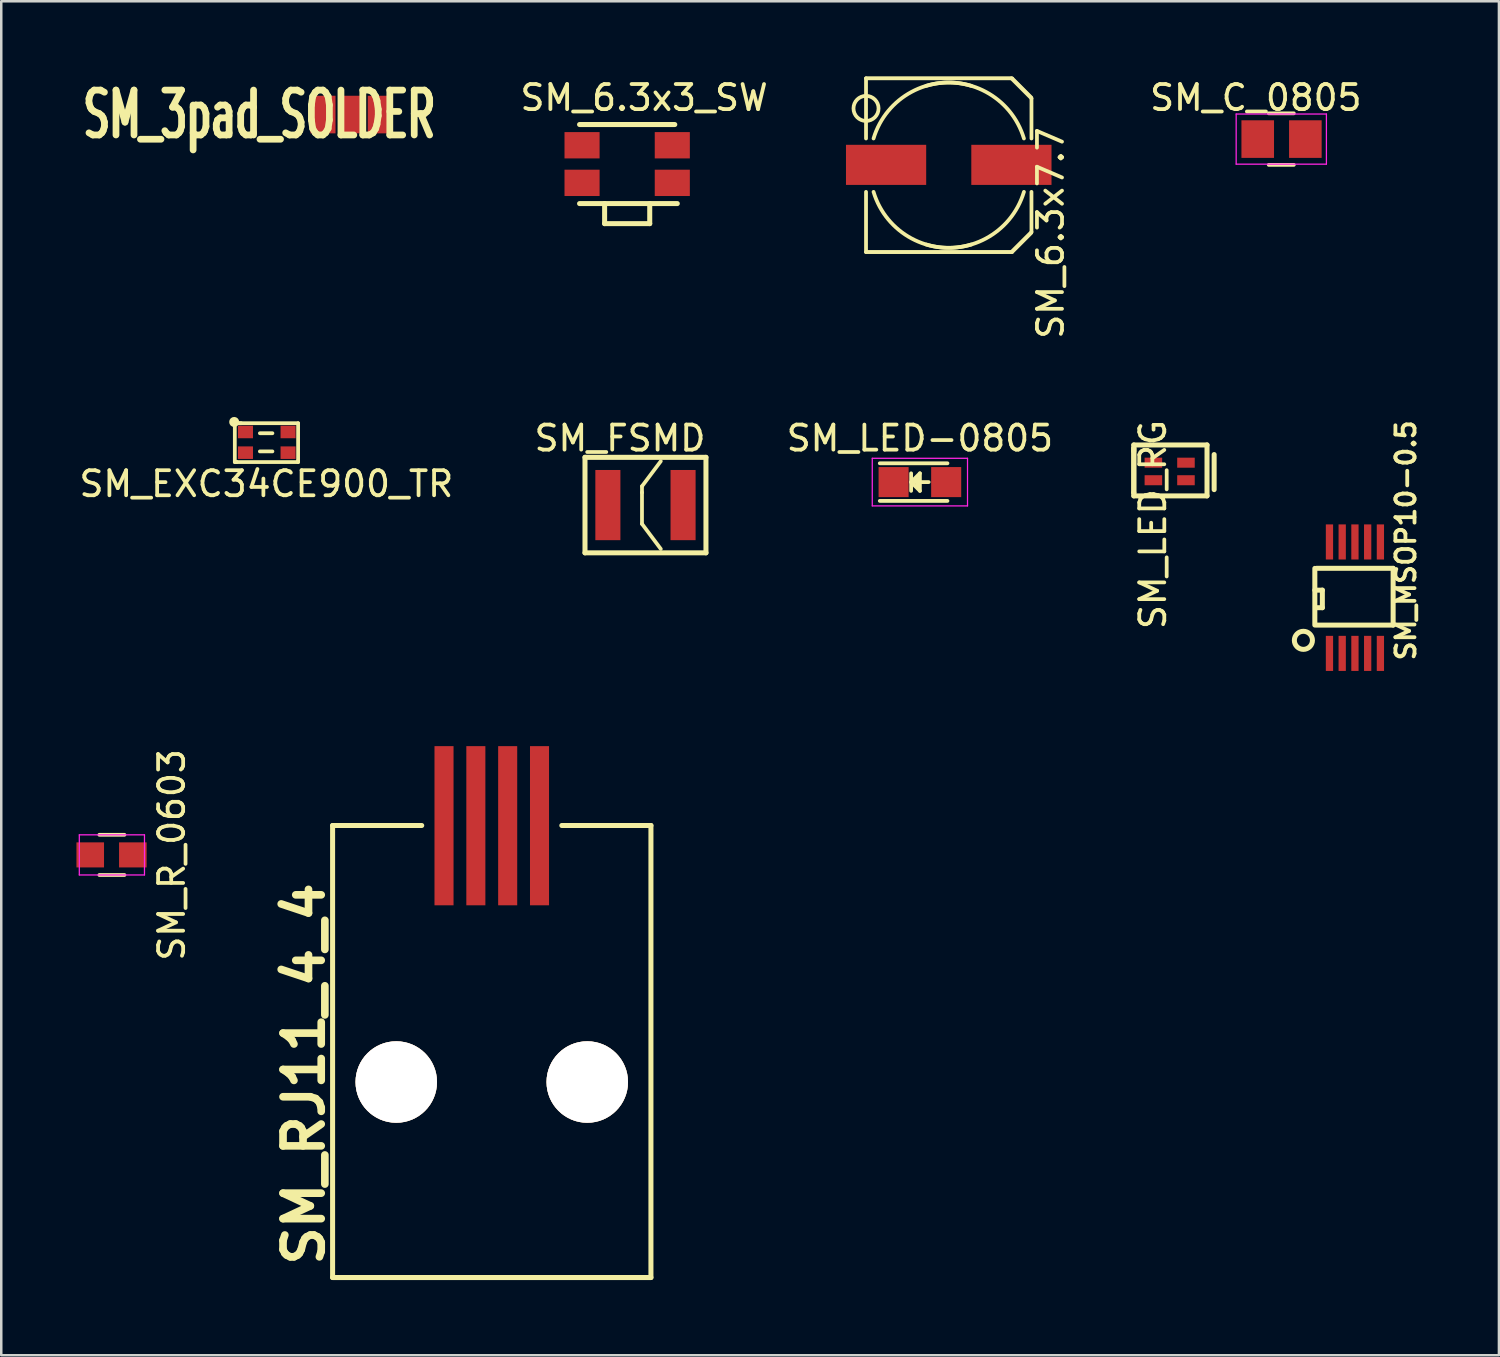
<source format=kicad_pcb>
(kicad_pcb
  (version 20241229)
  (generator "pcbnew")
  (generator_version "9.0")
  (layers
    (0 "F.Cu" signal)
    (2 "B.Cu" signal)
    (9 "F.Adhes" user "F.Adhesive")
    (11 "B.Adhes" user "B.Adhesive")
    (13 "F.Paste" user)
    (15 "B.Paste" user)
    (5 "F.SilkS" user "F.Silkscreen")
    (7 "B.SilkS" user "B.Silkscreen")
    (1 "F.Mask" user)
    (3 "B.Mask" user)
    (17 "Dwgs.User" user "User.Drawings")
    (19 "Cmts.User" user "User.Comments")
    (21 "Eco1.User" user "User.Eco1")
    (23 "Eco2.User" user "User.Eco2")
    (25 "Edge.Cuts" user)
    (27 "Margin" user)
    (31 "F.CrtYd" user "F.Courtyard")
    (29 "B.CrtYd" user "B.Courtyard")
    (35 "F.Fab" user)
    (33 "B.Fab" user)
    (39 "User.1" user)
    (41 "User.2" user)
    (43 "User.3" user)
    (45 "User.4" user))
  (footprint "SM_RJ11_4_4"
    (layer "F.Cu")
    (at 14.664 29.892)
    (property "Reference" "SM_RJ11_4_4" (at -5.588 9.906 90) (layer "F.SilkS") (effects (font (size 1.524 1.524) (thickness 0.305))))
    (attr through_hole)
    (fp_line (start -4.445 -0.009) (end -0.889 -0.009) (stroke (width 0.2) (type solid)) (layer "F.SilkS"))
    (fp_line (start -4.445 18.025) (end -4.445 -0.009) (stroke (width 0.2) (type solid)) (layer "F.SilkS"))
    (fp_line (start 4.699 -0.009) (end 8.255 -0.009) (stroke (width 0.2) (type solid)) (layer "F.SilkS"))
    (fp_line (start 8.255 -0.009) (end 8.255 18.025) (stroke (width 0.2) (type solid)) (layer "F.SilkS"))
    (fp_line (start 8.255 18.025) (end -4.445 18.025) (stroke (width 0.2) (type solid)) (layer "F.SilkS"))
    (pad "" np_thru_hole circle (at -1.905 10.225) (size 3.25 3.25) (drill 3.25) (layers "*.Cu" "*.SilkS" "*.Mask"))
    (pad "" np_thru_hole circle (at 5.715 10.225) (size 3.25 3.25) (drill 3.25) (layers "*.Cu" "*.SilkS" "*.Mask"))
    (pad "1" smd rect (at 0 0) (size 0.76 6.35) (layers "F.Cu" "F.Mask" "F.Paste"))
    (pad "2" smd rect (at 1.27 0) (size 0.76 6.35) (layers "F.Cu" "F.Mask" "F.Paste"))
    (pad "3" smd rect (at 2.54 0) (size 0.76 6.35) (layers "F.Cu" "F.Mask" "F.Paste"))
    (pad "4" smd rect (at 3.81 0) (size 0.76 6.35) (layers "F.Cu" "F.Mask" "F.Paste")))
  (footprint "SM_LED_RG"
    (layer "F.Cu")
    (at 42.564 15.209)
    (property "Reference" "SM_LED_RG" (at 0.381 2.667 90) (layer "F.SilkS") (effects (font (size 1 1) (thickness 0.15))))
    (attr smd)
    (fp_line (start -0.381 -0.381) (end -0.381 1.397) (stroke (width 0.2) (type solid)) (layer "F.SilkS"))
    (fp_line (start -0.381 -0.254) (end -0.381 -0.508) (stroke (width 0.2) (type solid)) (layer "F.SilkS"))
    (fp_line (start -0.381 1.397) (end -0.381 -0.381) (stroke (width 0.2) (type solid)) (layer "F.SilkS"))
    (fp_line (start -0.381 1.524) (end -0.381 1.397) (stroke (width 0.2) (type solid)) (layer "F.SilkS"))
    (fp_line (start 2.54 -0.508) (end -0.381 -0.508) (stroke (width 0.2) (type solid)) (layer "F.SilkS"))
    (fp_line (start 2.54 -0.508) (end 2.54 1.524) (stroke (width 0.2) (type solid)) (layer "F.SilkS"))
    (fp_line (start 2.54 1.524) (end -0.381 1.524) (stroke (width 0.2) (type solid)) (layer "F.SilkS"))
    (fp_line (start 2.824 1.275) (end 2.824 -0.125) (stroke (width 0.2) (type solid)) (layer "F.SilkS"))
    (pad "1" smd rect (at 0.4 0.2) (size 0.7 0.4) (layers "F.Cu" "F.Mask" "F.Paste"))
    (pad "2" smd rect (at 0.4 0.9) (size 0.7 0.4) (layers "F.Cu" "F.Mask" "F.Paste"))
    (pad "3" smd rect (at 1.7 0.2) (size 0.7 0.4) (layers "F.Cu" "F.Mask" "F.Paste"))
    (pad "4" smd rect (at 1.7 0.9) (size 0.7 0.4) (layers "F.Cu" "F.Mask" "F.Paste")))
  (footprint "SM_6.3x7.7"
    (layer "F.Cu")
    (at 34.8 3.527)
    (property "Reference" "SM_6.3x7.7" (at 4.064 2.718 90) (layer "F.SilkS") (effects (font (size 1 1) (thickness 0.15))))
    (attr through_hole)
    (fp_line (start -3.302 3.48) (end 2.54 3.48) (stroke (width 0.127) (type solid)) (layer "F.SilkS"))
    (fp_line (start -3.3 -3.452) (end 2.5 -3.452) (stroke (width 0.15) (type solid)) (layer "F.SilkS"))
    (fp_line (start -3.3 -1.052) (end -3.3 -3.452) (stroke (width 0.15) (type solid)) (layer "F.SilkS"))
    (fp_line (start -3.3 3.478) (end -3.3 1.078) (stroke (width 0.15) (type solid)) (layer "F.SilkS"))
    (fp_line (start 2.5 -3.452) (end 3.3 -2.652) (stroke (width 0.15) (type solid)) (layer "F.SilkS"))
    (fp_line (start 2.5 3.478) (end -3.3 3.478) (stroke (width 0.15) (type solid)) (layer "F.SilkS"))
    (fp_line (start 2.54 -3.454) (end -3.302 -3.454) (stroke (width 0.127) (type solid)) (layer "F.SilkS"))
    (fp_line (start 2.54 3.48) (end 3.302 2.718) (stroke (width 0.127) (type solid)) (layer "F.SilkS"))
    (fp_line (start 3.3 -2.652) (end 3.3 -1.052) (stroke (width 0.15) (type solid)) (layer "F.SilkS"))
    (fp_line (start 3.3 1.078) (end 3.3 2.678) (stroke (width 0.15) (type solid)) (layer "F.SilkS"))
    (fp_line (start 3.3 2.678) (end 2.5 3.478) (stroke (width 0.15) (type solid)) (layer "F.SilkS"))
    (fp_line (start 3.302 -2.692) (end 2.54 -3.454) (stroke (width 0.127) (type solid)) (layer "F.SilkS"))
    (fp_arc (start -3 -1.0524) (mid -1.484924 -2.910116) (end 0.9 -3.1524) (stroke (width 0.15) (type solid)) (layer "F.SilkS"))
    (fp_arc (start -0.9 -3.1524) (mid 1.484924 -2.910116) (end 3 -1.0524) (stroke (width 0.15) (type solid)) (layer "F.SilkS"))
    (fp_arc (start 0.9 3.1778) (mid -1.484924 2.935516) (end -3 1.0778) (stroke (width 0.15) (type solid)) (layer "F.SilkS"))
    (fp_arc (start 3 1.0778) (mid 1.484924 2.935516) (end -0.9 3.1778) (stroke (width 0.15) (type solid)) (layer "F.SilkS"))
    (fp_circle (center -3.3 -2.252) (end -2.9 -1.952) (stroke (width 0.15) (type solid)) (fill no) (layer "F.SilkS"))
    (pad "1" smd rect (at 2.5 0) (size 3.2 1.6) (layers "F.Cu" "F.Mask" "F.Paste"))
    (pad "2" smd rect (at -2.5 0) (size 3.2 1.6) (layers "F.Cu" "F.Mask" "F.Paste")))
  (footprint "SM_3pad_SOLDER"
    (layer "F.Cu")
    (at 12.376 1.52)
    (property "Reference" "SM_3pad_SOLDER" (at -5.08 0 0) (layer "F.SilkS") (effects (font (size 1.791 1.077) (thickness 0.269))))
    (attr through_hole)
    (pad "1" smd rect (at -2.54 0) (size 1 1.5) (layers "F.Cu" "F.Mask" "F.Paste"))
    (pad "2" smd rect (at -1.397 0) (size 1 1.5) (layers "F.Cu" "F.Mask" "F.Paste"))
    (pad "3" smd rect (at -0.254 0) (size 1 1.5) (layers "F.Cu" "F.Mask" "F.Paste")))
  (footprint "SM_MSOP10-0.5"
    (layer "F.Cu")
    (at 51.005 20.794)
    (property "Reference" "SM_MSOP10-0.5" (at 2.032 -2.286 270) (layer "F.SilkS") (effects (font (size 0.762 0.762) (thickness 0.152))))
    (attr smd)
    (fp_line (start -1.6 -1.168) (end -1.6 1.092) (stroke (width 0.2) (type solid)) (layer "F.SilkS"))
    (fp_line (start -1.524 -1.172) (end 1.524 -1.172) (stroke (width 0.2) (type solid)) (layer "F.SilkS"))
    (fp_line (start -1.5 0.4) (end -1.3 0.4) (stroke (width 0.2) (type solid)) (layer "F.SilkS"))
    (fp_line (start -1.3 -0.3) (end -1.6 -0.3) (stroke (width 0.2) (type solid)) (layer "F.SilkS"))
    (fp_line (start -1.3 0.4) (end -1.3 -0.3) (stroke (width 0.2) (type solid)) (layer "F.SilkS"))
    (fp_line (start 1.524 -1.168) (end 1.524 1.092) (stroke (width 0.2) (type solid)) (layer "F.SilkS"))
    (fp_line (start 1.524 1.095) (end -1.524 1.095) (stroke (width 0.2) (type solid)) (layer "F.SilkS"))
    (fp_circle (center -2.056 1.702) (end -1.756 1.902) (stroke (width 0.2) (type solid)) (fill no) (layer "F.SilkS"))
    (pad "1" smd rect (at -1.016 2.223) (size 0.29 1.4) (layers "F.Cu" "F.Mask" "F.Paste"))
    (pad "2" smd rect (at -0.508 2.223) (size 0.29 1.4) (layers "F.Cu" "F.Mask" "F.Paste"))
    (pad "3" smd rect (at 0 2.223) (size 0.29 1.4) (layers "F.Cu" "F.Mask" "F.Paste"))
    (pad "4" smd rect (at 0.508 2.223) (size 0.29 1.4) (layers "F.Cu" "F.Mask" "F.Paste"))
    (pad "5" smd rect (at 1.016 2.223) (size 0.29 1.4) (layers "F.Cu" "F.Mask" "F.Paste"))
    (pad "6" smd rect (at 1.016 -2.223) (size 0.29 1.4) (layers "F.Cu" "F.Mask" "F.Paste"))
    (pad "7" smd rect (at 0.508 -2.223) (size 0.29 1.4) (layers "F.Cu" "F.Mask" "F.Paste"))
    (pad "8" smd rect (at 0 -2.223) (size 0.29 1.4) (layers "F.Cu" "F.Mask" "F.Paste"))
    (pad "9" smd rect (at -0.508 -2.223) (size 0.29 1.4) (layers "F.Cu" "F.Mask" "F.Paste"))
    (pad "10" smd rect (at -1.016 -2.223) (size 0.29 1.4) (layers "F.Cu" "F.Mask" "F.Paste")))
  (footprint "SM_LED-0805"
    (layer "F.Cu")
    (at 33.649 16.183)
    (property "Reference" "SM_LED-0805" (at 0 -1.75 0) (layer "F.SilkS") (effects (font (size 1 1) (thickness 0.15))))
    (attr smd)
    (fp_line (start -1.6 -0.75) (end 1.1 -0.75) (stroke (width 0.15) (type solid)) (layer "F.SilkS"))
    (fp_line (start -1.6 0.75) (end 1.1 0.75) (stroke (width 0.15) (type solid)) (layer "F.SilkS"))
    (fp_line (start -0.35 -0.35) (end -0.35 0.35) (stroke (width 0.15) (type solid)) (layer "F.SilkS"))
    (fp_line (start -0.35 0) (end 0 -0.35) (stroke (width 0.15) (type solid)) (layer "F.SilkS"))
    (fp_line (start -0.1 -0.1) (end -0.25 0.05) (stroke (width 0.15) (type solid)) (layer "F.SilkS"))
    (fp_line (start -0.1 0.15) (end -0.1 -0.1) (stroke (width 0.15) (type solid)) (layer "F.SilkS"))
    (fp_line (start 0 -0.35) (end 0 0.35) (stroke (width 0.15) (type solid)) (layer "F.SilkS"))
    (fp_line (start 0 0) (end 0.35 0) (stroke (width 0.15) (type solid)) (layer "F.SilkS"))
    (fp_line (start 0 0.35) (end -0.35 0) (stroke (width 0.15) (type solid)) (layer "F.SilkS"))
    (fp_line (start -1.9 -0.95) (end 1.9 -0.95) (stroke (width 0.05) (type solid)) (layer "F.CrtYd"))
    (fp_line (start -1.9 0.95) (end -1.9 -0.95) (stroke (width 0.05) (type solid)) (layer "F.CrtYd"))
    (fp_line (start 1.9 -0.95) (end 1.9 0.95) (stroke (width 0.05) (type solid)) (layer "F.CrtYd"))
    (fp_line (start 1.9 0.95) (end -1.9 0.95) (stroke (width 0.05) (type solid)) (layer "F.CrtYd"))
    (pad "A" smd rect (at 1.049 0 180) (size 1.199 1.199) (layers "F.Cu" "F.Mask" "F.Paste"))
    (pad "C" smd rect (at -1.049 0 180) (size 1.199 1.199) (layers "F.Cu" "F.Mask" "F.Paste")))
  (footprint "SM_6.3x3_SW"
    (layer "F.Cu")
    (at 19.471 2.245)
    (property "Reference" "SM_6.3x3_SW" (at 3.175 -1.397 0) (layer "F.SilkS") (effects (font (size 1 1) (thickness 0.15))))
    (attr smd)
    (fp_line (start 0.6 -0.327) (end 4.4 -0.327) (stroke (width 0.2) (type solid)) (layer "F.SilkS"))
    (fp_line (start 0.6 2.827) (end 4.5 2.827) (stroke (width 0.2) (type solid)) (layer "F.SilkS"))
    (fp_line (start 1.6 2.827) (end 1.6 3.627) (stroke (width 0.2) (type solid)) (layer "F.SilkS"))
    (fp_line (start 1.6 3.627) (end 3.4 3.627) (stroke (width 0.2) (type solid)) (layer "F.SilkS"))
    (fp_line (start 3.4 3.627) (end 3.4 2.827) (stroke (width 0.2) (type solid)) (layer "F.SilkS"))
    (pad "1" smd rect (at 0.7 0.5) (size 1.4 1.05) (layers "F.Cu" "F.Mask" "F.Paste"))
    (pad "1" smd rect (at 4.3 0.5) (size 1.4 1.05) (layers "F.Cu" "F.Mask" "F.Paste"))
    (pad "2" smd rect (at 0.7 2) (size 1.4 1.05) (layers "F.Cu" "F.Mask" "F.Paste"))
    (pad "2" smd rect (at 4.3 2) (size 1.4 1.05) (layers "F.Cu" "F.Mask" "F.Paste")))
  (footprint "SM_R_0603"
    (layer "F.Cu")
    (at 1.414 31.056)
    (property "Reference" "SM_R_0603" (at 2.388 0 90) (layer "F.SilkS") (effects (font (size 1 1) (thickness 0.15))))
    (attr smd)
    (fp_line (start -0.5 -0.802) (end 0.5 -0.802) (stroke (width 0.15) (type solid)) (layer "F.SilkS"))
    (fp_line (start 0.5 0.802) (end -0.5 0.802) (stroke (width 0.15) (type solid)) (layer "F.SilkS"))
    (fp_line (start -1.3 -0.8) (end -1.3 0.8) (stroke (width 0.05) (type solid)) (layer "F.CrtYd"))
    (fp_line (start -1.3 -0.8) (end 1.3 -0.8) (stroke (width 0.05) (type solid)) (layer "F.CrtYd"))
    (fp_line (start -1.3 0.8) (end 1.3 0.8) (stroke (width 0.05) (type solid)) (layer "F.CrtYd"))
    (fp_line (start 1.3 -0.8) (end 1.3 0.8) (stroke (width 0.05) (type solid)) (layer "F.CrtYd"))
    (pad "1" smd rect (at -0.864 0) (size 1.1 1) (layers "F.Cu" "F.Mask" "F.Paste"))
    (pad "2" smd rect (at 0.836 0) (size 1.1 1) (layers "F.Cu" "F.Mask" "F.Paste")))
  (footprint "SM_FSMD"
    (layer "F.Cu")
    (at 22.701 17.1)
    (property "Reference" "SM_FSMD" (at -1.016 -2.667 0) (layer "F.SilkS") (effects (font (size 1 1) (thickness 0.15))))
    (attr smd)
    (fp_line (start -2.413 -1.905) (end 2.413 -1.905) (stroke (width 0.2) (type solid)) (layer "F.SilkS"))
    (fp_line (start -2.413 1.905) (end -2.413 -1.905) (stroke (width 0.2) (type solid)) (layer "F.SilkS"))
    (fp_line (start -0.139 -0.75) (end 0.611 -1.75) (stroke (width 0.15) (type solid)) (layer "F.SilkS"))
    (fp_line (start -0.139 -0.5) (end -0.139 -0.75) (stroke (width 0.15) (type solid)) (layer "F.SilkS"))
    (fp_line (start -0.139 -0.5) (end -0.139 0.75) (stroke (width 0.15) (type solid)) (layer "F.SilkS"))
    (fp_line (start -0.139 0.75) (end 0.611 1.75) (stroke (width 0.15) (type solid)) (layer "F.SilkS"))
    (fp_line (start 2.413 -1.905) (end 2.413 1.905) (stroke (width 0.2) (type solid)) (layer "F.SilkS"))
    (fp_line (start 2.413 1.905) (end -2.413 1.905) (stroke (width 0.2) (type solid)) (layer "F.SilkS"))
    (pad "1" smd rect (at -1.5 0) (size 1 2.8) (layers "F.Cu" "F.Mask" "F.Paste"))
    (pad "2" smd rect (at 1.5 0) (size 1 2.8) (layers "F.Cu" "F.Mask" "F.Paste")))
  (footprint "SM_C_0805"
    (layer "F.Cu")
    (at 48.067 2.499)
    (property "Reference" "SM_C_0805" (at -1.016 -1.651 0) (layer "F.SilkS") (effects (font (size 1 1) (thickness 0.15))))
    (attr smd)
    (fp_line (start -0.5 1.028) (end 0.5 1.028) (stroke (width 0.15) (type solid)) (layer "F.SilkS"))
    (fp_line (start 0.5 -1.028) (end -0.5 -1.028) (stroke (width 0.15) (type solid)) (layer "F.SilkS"))
    (fp_line (start -1.8 -1) (end -1.8 1) (stroke (width 0.05) (type solid)) (layer "F.CrtYd"))
    (fp_line (start -1.8 -1) (end 1.8 -1) (stroke (width 0.05) (type solid)) (layer "F.CrtYd"))
    (fp_line (start -1.8 1) (end 1.8 1) (stroke (width 0.05) (type solid)) (layer "F.CrtYd"))
    (fp_line (start 1.8 -1) (end 1.8 1) (stroke (width 0.05) (type solid)) (layer "F.CrtYd"))
    (pad "1" smd rect (at -0.94 0) (size 1.3 1.5) (layers "F.Cu" "F.Mask" "F.Paste"))
    (pad "2" smd rect (at 0.96 0) (size 1.3 1.5) (layers "F.Cu" "F.Mask" "F.Paste")))
  (footprint "SM_EXC34CE900_TR"
    (layer "F.Cu")
    (at 8.593 14.984)
    (property "Reference" "SM_EXC34CE900_TR" (at -1.016 1.27 180) (layer "F.SilkS") (effects (font (size 1 1) (thickness 0.15))))
    (attr smd)
    (fp_line (start -2.275 -1.15) (end -2.025 -1.15) (stroke (width 0.15) (type solid)) (layer "F.SilkS"))
    (fp_line (start -2.275 0.4) (end -2.275 -1.15) (stroke (width 0.15) (type solid)) (layer "F.SilkS"))
    (fp_line (start -2.225 0.4) (end -2.275 0.4) (stroke (width 0.15) (type solid)) (layer "F.SilkS"))
    (fp_line (start -2.2 -1.15) (end 0.25 -1.15) (stroke (width 0.15) (type solid)) (layer "F.SilkS"))
    (fp_line (start -2.2 0.4) (end -2.225 0.4) (stroke (width 0.15) (type solid)) (layer "F.SilkS"))
    (fp_line (start -1.275 -0.75) (end -0.775 -0.75) (stroke (width 0.15) (type solid)) (layer "F.SilkS"))
    (fp_line (start -1.275 -0.025) (end -0.775 -0.025) (stroke (width 0.15) (type solid)) (layer "F.SilkS"))
    (fp_line (start 0.25 -1.15) (end 0.25 0.35) (stroke (width 0.15) (type solid)) (layer "F.SilkS"))
    (fp_line (start 0.25 0.35) (end 0.25 0.4) (stroke (width 0.15) (type solid)) (layer "F.SilkS"))
    (fp_line (start 0.25 0.4) (end -2.2 0.4) (stroke (width 0.15) (type solid)) (layer "F.SilkS"))
    (fp_circle (center -2.3 -1.2) (end -2.4 -1.2) (stroke (width 0.2) (type solid)) (fill no) (layer "F.SilkS"))
    (pad "1" smd rect (at -1.85 -0.8) (size 0.6 0.5) (layers "F.Cu" "F.Mask" "F.Paste"))
    (pad "2" smd rect (at -1.85 0.025) (size 0.6 0.5) (layers "F.Cu" "F.Mask" "F.Paste"))
    (pad "3" smd rect (at -0.15 0.025) (size 0.6 0.5) (layers "F.Cu" "F.Mask" "F.Paste"))
    (pad "4" smd rect (at -0.15 -0.8) (size 0.6 0.5) (layers "F.Cu" "F.Mask" "F.Paste")))
  (gr_rect
    (start -3 -3)
    (end 56.75 51.017)
    (stroke (width 0.1) (type default))
    (fill no)
    (layer "Edge.Cuts")))
</source>
